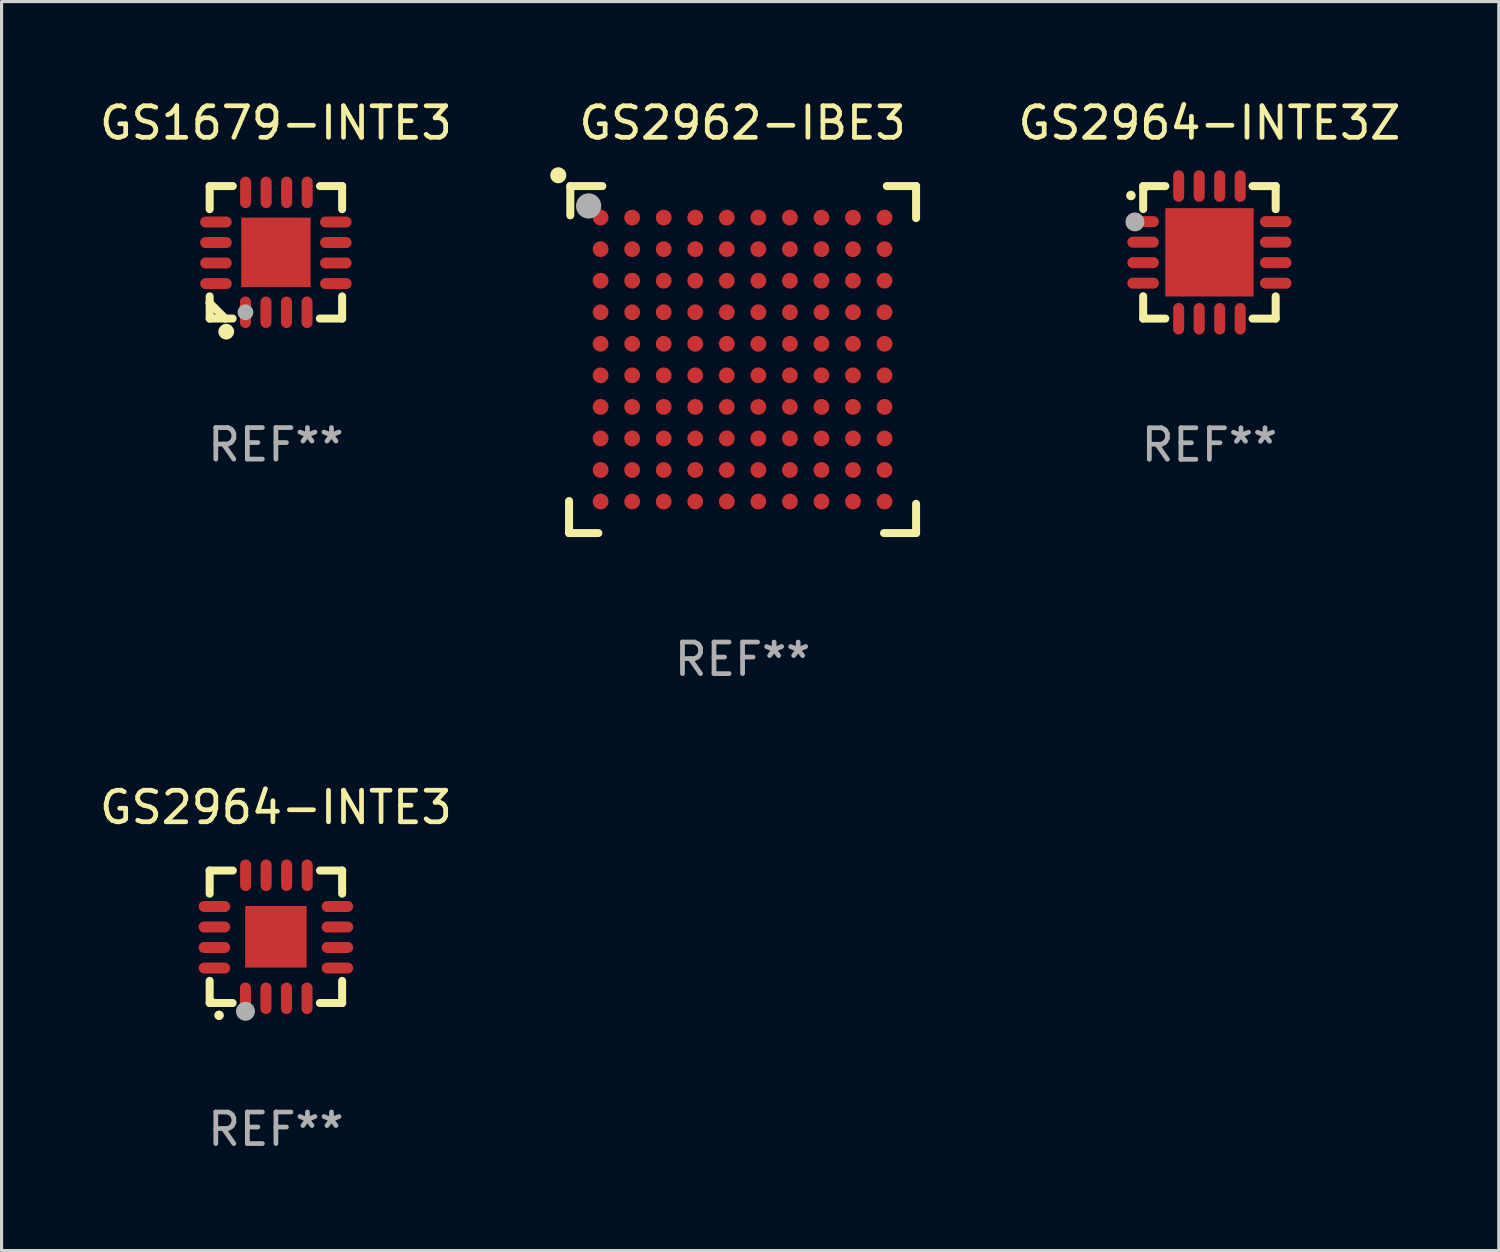
<source format=kicad_pcb>
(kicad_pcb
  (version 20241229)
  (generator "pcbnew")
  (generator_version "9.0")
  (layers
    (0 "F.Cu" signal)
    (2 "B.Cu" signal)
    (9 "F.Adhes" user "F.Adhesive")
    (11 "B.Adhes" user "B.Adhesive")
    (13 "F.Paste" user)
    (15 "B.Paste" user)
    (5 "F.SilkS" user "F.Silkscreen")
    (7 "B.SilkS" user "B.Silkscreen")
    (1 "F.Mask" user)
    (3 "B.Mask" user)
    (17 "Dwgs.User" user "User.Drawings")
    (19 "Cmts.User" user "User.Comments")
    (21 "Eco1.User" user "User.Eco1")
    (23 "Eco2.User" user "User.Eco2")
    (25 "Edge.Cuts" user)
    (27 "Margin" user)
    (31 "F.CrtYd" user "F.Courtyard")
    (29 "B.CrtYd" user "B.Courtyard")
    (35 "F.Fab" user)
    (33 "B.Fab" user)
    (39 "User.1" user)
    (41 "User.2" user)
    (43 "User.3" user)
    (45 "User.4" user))
  (footprint "GS2964-INTE3"
    (layer "F.Cu")
    (at 5.696 26.645)
    (property "Reference" "GS2964-INTE3" (at 0 -4.1 0) (layer "F.SilkS") (effects (font (size 1 1) (thickness 0.15))))
    (attr through_hole)
    (fp_line (start -2.1 -2.1) (end -1.366 -2.1) (stroke (width 0.254) (type solid)) (layer "F.SilkS"))
    (fp_line (start -2.1 -1.366) (end -2.1 -2.1) (stroke (width 0.254) (type solid)) (layer "F.SilkS"))
    (fp_line (start -2.1 2.1) (end -2.1 1.397) (stroke (width 0.254) (type solid)) (layer "F.SilkS"))
    (fp_line (start -2.1 2.1) (end -1.371 2.1) (stroke (width 0.254) (type solid)) (layer "F.SilkS"))
    (fp_line (start 1.392 2.1) (end 2.1 2.1) (stroke (width 0.254) (type solid)) (layer "F.SilkS"))
    (fp_line (start 1.397 -2.1) (end 2.1 -2.1) (stroke (width 0.254) (type solid)) (layer "F.SilkS"))
    (fp_line (start 2.1 -1.366) (end 2.1 -2.1) (stroke (width 0.254) (type solid)) (layer "F.SilkS"))
    (fp_line (start 2.1 2.1) (end 2.1 1.397) (stroke (width 0.254) (type solid)) (layer "F.SilkS"))
    (fp_arc (start -1.803404 2.489205) (mid -1.802134 2.4892) (end -1.800864 2.489205) (stroke (width 0.3) (type solid)) (layer "F.SilkS"))
    (fp_circle (center -2 2) (end -1.97 2) (stroke (width 0.06) (type solid)) (fill no) (layer "F.SilkS"))
    (fp_circle (center -0.965 2.362) (end -0.815 2.362) (stroke (width 0.3) (type solid)) (fill no) (layer "F.Fab"))
    (fp_text user "REF**" (at 0 6.1 0) (layer "F.Fab") (effects (font (size 1 1) (thickness 0.15))))
    (pad "1" smd oval (at -0.965 1.95) (size 0.35 1) (layers "F.Cu" "F.Mask" "F.Paste"))
    (pad "2" smd oval (at -0.315 1.95) (size 0.35 1) (layers "F.Cu" "F.Mask" "F.Paste"))
    (pad "3" smd oval (at 0.335 1.95) (size 0.35 1) (layers "F.Cu" "F.Mask" "F.Paste"))
    (pad "4" smd oval (at 0.986 1.95) (size 0.35 1) (layers "F.Cu" "F.Mask" "F.Paste"))
    (pad "5" smd oval (at 1.95 0.991) (size 1 0.35) (layers "F.Cu" "F.Mask" "F.Paste"))
    (pad "6" smd oval (at 1.95 0.34) (size 1 0.35) (layers "F.Cu" "F.Mask" "F.Paste"))
    (pad "7" smd oval (at 1.95 -0.31) (size 1 0.35) (layers "F.Cu" "F.Mask" "F.Paste"))
    (pad "8" smd oval (at 1.95 -0.96) (size 1 0.35) (layers "F.Cu" "F.Mask" "F.Paste"))
    (pad "9" smd oval (at 0.991 -1.95) (size 0.35 1) (layers "F.Cu" "F.Mask" "F.Paste"))
    (pad "10" smd oval (at 0.34 -1.95) (size 0.35 1) (layers "F.Cu" "F.Mask" "F.Paste"))
    (pad "11" smd oval (at -0.31 -1.95) (size 0.35 1) (layers "F.Cu" "F.Mask" "F.Paste"))
    (pad "12" smd oval (at -0.96 -1.95) (size 0.35 1) (layers "F.Cu" "F.Mask" "F.Paste"))
    (pad "13" smd oval (at -1.95 -0.96) (size 1 0.35) (layers "F.Cu" "F.Mask" "F.Paste"))
    (pad "14" smd oval (at -1.95 -0.31) (size 1 0.35) (layers "F.Cu" "F.Mask" "F.Paste"))
    (pad "15" smd oval (at -1.95 0.34) (size 1 0.35) (layers "F.Cu" "F.Mask" "F.Paste"))
    (pad "16" smd oval (at -1.95 0.991) (size 1 0.35) (layers "F.Cu" "F.Mask" "F.Paste"))
    (pad "17" smd rect (at 0 0) (size 1.95 1.95) (layers "F.Cu" "F.Mask" "F.Paste")))
  (footprint "GS2964-INTE3Z"
    (layer "F.Cu")
    (at 35.288 4.951)
    (property "Reference" "GS2964-INTE3Z" (at 0 -4.103 0) (layer "F.SilkS") (effects (font (size 1 1) (thickness 0.15))))
    (attr through_hole)
    (fp_line (start -2.1 -2.102) (end -2.1 -1.374) (stroke (width 0.254) (type solid)) (layer "F.SilkS"))
    (fp_line (start -2.1 -2.102) (end -1.397 -2.102) (stroke (width 0.254) (type solid)) (layer "F.SilkS"))
    (fp_line (start -2.1 1.389) (end -2.1 2.098) (stroke (width 0.254) (type solid)) (layer "F.SilkS"))
    (fp_line (start -2.1 2.098) (end -1.397 2.098) (stroke (width 0.254) (type solid)) (layer "F.SilkS"))
    (fp_line (start 1.366 -2.102) (end 2.1 -2.102) (stroke (width 0.254) (type solid)) (layer "F.SilkS"))
    (fp_line (start 1.366 2.098) (end 2.1 2.098) (stroke (width 0.254) (type solid)) (layer "F.SilkS"))
    (fp_line (start 2.1 -2.102) (end 2.1 -1.369) (stroke (width 0.254) (type solid)) (layer "F.SilkS"))
    (fp_line (start 2.1 1.394) (end 2.1 2.098) (stroke (width 0.254) (type solid)) (layer "F.SilkS"))
    (fp_arc (start -2.489332 -1.803277) (mid -2.489337 -1.804547) (end -2.489332 -1.805817) (stroke (width 0.3) (type solid)) (layer "F.SilkS"))
    (fp_circle (center -2 -2.002) (end -1.97 -2.002) (stroke (width 0.06) (type solid)) (fill no) (layer "F.SilkS"))
    (fp_circle (center -2.362 -0.967) (end -2.212 -0.967) (stroke (width 0.3) (type solid)) (fill no) (layer "F.Fab"))
    (fp_text user "REF**" (at 0 6.103 0) (layer "F.Fab") (effects (font (size 1 1) (thickness 0.15))))
    (pad "1" smd oval (at -2.102 -0.975) (size 1 0.35) (layers "F.Cu" "F.Mask" "F.Paste"))
    (pad "2" smd oval (at -2.102 -0.325) (size 1 0.35) (layers "F.Cu" "F.Mask" "F.Paste"))
    (pad "3" smd oval (at -2.102 0.325) (size 1 0.35) (layers "F.Cu" "F.Mask" "F.Paste"))
    (pad "4" smd oval (at -2.102 0.975) (size 1 0.35) (layers "F.Cu" "F.Mask" "F.Paste"))
    (pad "5" smd oval (at -0.975 2.103) (size 0.35 1) (layers "F.Cu" "F.Mask" "F.Paste"))
    (pad "6" smd oval (at -0.325 2.103) (size 0.35 1) (layers "F.Cu" "F.Mask" "F.Paste"))
    (pad "7" smd oval (at 0.325 2.103) (size 0.35 1) (layers "F.Cu" "F.Mask" "F.Paste"))
    (pad "8" smd oval (at 0.975 2.103) (size 0.35 1) (layers "F.Cu" "F.Mask" "F.Paste"))
    (pad "9" smd oval (at 2.102 0.975) (size 1 0.35) (layers "F.Cu" "F.Mask" "F.Paste"))
    (pad "10" smd oval (at 2.102 0.325) (size 1 0.35) (layers "F.Cu" "F.Mask" "F.Paste"))
    (pad "11" smd oval (at 2.102 -0.325) (size 1 0.35) (layers "F.Cu" "F.Mask" "F.Paste"))
    (pad "12" smd oval (at 2.102 -0.975) (size 1 0.35) (layers "F.Cu" "F.Mask" "F.Paste"))
    (pad "13" smd oval (at 0.975 -2.103) (size 0.35 1) (layers "F.Cu" "F.Mask" "F.Paste"))
    (pad "14" smd oval (at 0.325 -2.103) (size 0.35 1) (layers "F.Cu" "F.Mask" "F.Paste"))
    (pad "15" smd oval (at -0.325 -2.103) (size 0.35 1) (layers "F.Cu" "F.Mask" "F.Paste"))
    (pad "16" smd oval (at -0.975 -2.103) (size 0.35 1) (layers "F.Cu" "F.Mask" "F.Paste"))
    (pad "17" smd rect (at 0 -0.002 270) (size 2.8 2.8) (layers "F.Cu" "F.Mask" "F.Paste")))
  (footprint "GS2962-IBE3"
    (layer "F.Cu")
    (at 20.489 8.348)
    (property "Reference" "GS2962-IBE3" (at 0 -7.5 0) (layer "F.SilkS") (effects (font (size 1 1) (thickness 0.15))))
    (attr through_hole)
    (fp_line (start -5.5 5.5) (end -5.5 4.484) (stroke (width 0.254) (type solid)) (layer "F.SilkS"))
    (fp_line (start -5.461 -5.5) (end -4.445 -5.5) (stroke (width 0.254) (type solid)) (layer "F.SilkS"))
    (fp_line (start -5.461 -4.572) (end -5.461 -5.5) (stroke (width 0.254) (type solid)) (layer "F.SilkS"))
    (fp_line (start -4.572 5.5) (end -5.5 5.5) (stroke (width 0.254) (type solid)) (layer "F.SilkS"))
    (fp_line (start 4.572 -5.5) (end 5.5 -5.5) (stroke (width 0.254) (type solid)) (layer "F.SilkS"))
    (fp_line (start 5.5 -5.5) (end 5.5 -4.484) (stroke (width 0.254) (type solid)) (layer "F.SilkS"))
    (fp_line (start 5.5 4.572) (end 5.5 5.5) (stroke (width 0.254) (type solid)) (layer "F.SilkS"))
    (fp_line (start 5.5 5.5) (end 4.484 5.5) (stroke (width 0.254) (type solid)) (layer "F.SilkS"))
    (fp_circle (center -5.842 -5.842) (end -5.715 -5.842) (stroke (width 0.254) (type solid)) (fill no) (layer "F.SilkS"))
    (fp_circle (center -5.5 -5.5) (end -5.47 -5.5) (stroke (width 0.06) (type solid)) (fill no) (layer "F.SilkS"))
    (fp_circle (center -4.88 -4.87) (end -4.68 -4.87) (stroke (width 0.4) (type solid)) (fill no) (layer "F.Fab"))
    (fp_text user "REF**" (at 0 9.5 0) (layer "F.Fab") (effects (font (size 1 1) (thickness 0.15))))
    (pad "A1" smd circle (at -4.5 -4.5) (size 0.5 0.5) (layers "F.Cu" "F.Mask" "F.Paste"))
    (pad "A2" smd circle (at -3.5 -4.5) (size 0.5 0.5) (layers "F.Cu" "F.Mask" "F.Paste"))
    (pad "A3" smd circle (at -2.5 -4.5) (size 0.5 0.5) (layers "F.Cu" "F.Mask" "F.Paste"))
    (pad "A4" smd circle (at -1.5 -4.5) (size 0.5 0.5) (layers "F.Cu" "F.Mask" "F.Paste"))
    (pad "A5" smd circle (at -0.5 -4.5) (size 0.5 0.5) (layers "F.Cu" "F.Mask" "F.Paste"))
    (pad "A6" smd circle (at 0.5 -4.5) (size 0.5 0.5) (layers "F.Cu" "F.Mask" "F.Paste"))
    (pad "A7" smd circle (at 1.5 -4.5) (size 0.5 0.5) (layers "F.Cu" "F.Mask" "F.Paste"))
    (pad "A8" smd circle (at 2.5 -4.5) (size 0.5 0.5) (layers "F.Cu" "F.Mask" "F.Paste"))
    (pad "A9" smd circle (at 3.5 -4.5) (size 0.5 0.5) (layers "F.Cu" "F.Mask" "F.Paste"))
    (pad "A10" smd circle (at 4.5 -4.5) (size 0.5 0.5) (layers "F.Cu" "F.Mask" "F.Paste"))
    (pad "B1" smd circle (at -4.5 -3.5) (size 0.5 0.5) (layers "F.Cu" "F.Mask" "F.Paste"))
    (pad "B2" smd circle (at -3.5 -3.5) (size 0.5 0.5) (layers "F.Cu" "F.Mask" "F.Paste"))
    (pad "B3" smd circle (at -2.5 -3.5) (size 0.5 0.5) (layers "F.Cu" "F.Mask" "F.Paste"))
    (pad "B4" smd circle (at -1.5 -3.5) (size 0.5 0.5) (layers "F.Cu" "F.Mask" "F.Paste"))
    (pad "B5" smd circle (at -0.5 -3.5) (size 0.5 0.5) (layers "F.Cu" "F.Mask" "F.Paste"))
    (pad "B6" smd circle (at 0.5 -3.5) (size 0.5 0.5) (layers "F.Cu" "F.Mask" "F.Paste"))
    (pad "B7" smd circle (at 1.5 -3.5) (size 0.5 0.5) (layers "F.Cu" "F.Mask" "F.Paste"))
    (pad "B8" smd circle (at 2.5 -3.5) (size 0.5 0.5) (layers "F.Cu" "F.Mask" "F.Paste"))
    (pad "B9" smd circle (at 3.5 -3.5) (size 0.5 0.5) (layers "F.Cu" "F.Mask" "F.Paste"))
    (pad "B10" smd circle (at 4.5 -3.5) (size 0.5 0.5) (layers "F.Cu" "F.Mask" "F.Paste"))
    (pad "C1" smd circle (at -4.5 -2.5) (size 0.5 0.5) (layers "F.Cu" "F.Mask" "F.Paste"))
    (pad "C2" smd circle (at -3.5 -2.5) (size 0.5 0.5) (layers "F.Cu" "F.Mask" "F.Paste"))
    (pad "C3" smd circle (at -2.5 -2.5) (size 0.5 0.5) (layers "F.Cu" "F.Mask" "F.Paste"))
    (pad "C4" smd circle (at -1.5 -2.5) (size 0.5 0.5) (layers "F.Cu" "F.Mask" "F.Paste"))
    (pad "C5" smd circle (at -0.5 -2.5) (size 0.5 0.5) (layers "F.Cu" "F.Mask" "F.Paste"))
    (pad "C6" smd circle (at 0.5 -2.5) (size 0.5 0.5) (layers "F.Cu" "F.Mask" "F.Paste"))
    (pad "C7" smd circle (at 1.5 -2.5) (size 0.5 0.5) (layers "F.Cu" "F.Mask" "F.Paste"))
    (pad "C8" smd circle (at 2.5 -2.5) (size 0.5 0.5) (layers "F.Cu" "F.Mask" "F.Paste"))
    (pad "C9" smd circle (at 3.5 -2.5) (size 0.5 0.5) (layers "F.Cu" "F.Mask" "F.Paste"))
    (pad "C10" smd circle (at 4.5 -2.5) (size 0.5 0.5) (layers "F.Cu" "F.Mask" "F.Paste"))
    (pad "D1" smd circle (at -4.5 -1.5) (size 0.5 0.5) (layers "F.Cu" "F.Mask" "F.Paste"))
    (pad "D2" smd circle (at -3.5 -1.5) (size 0.5 0.5) (layers "F.Cu" "F.Mask" "F.Paste"))
    (pad "D3" smd circle (at -2.5 -1.5) (size 0.5 0.5) (layers "F.Cu" "F.Mask" "F.Paste"))
    (pad "D4" smd circle (at -1.5 -1.5) (size 0.5 0.5) (layers "F.Cu" "F.Mask" "F.Paste"))
    (pad "D5" smd circle (at -0.5 -1.5) (size 0.5 0.5) (layers "F.Cu" "F.Mask" "F.Paste"))
    (pad "D6" smd circle (at 0.5 -1.5) (size 0.5 0.5) (layers "F.Cu" "F.Mask" "F.Paste"))
    (pad "D7" smd circle (at 1.5 -1.5) (size 0.5 0.5) (layers "F.Cu" "F.Mask" "F.Paste"))
    (pad "D8" smd circle (at 2.5 -1.5) (size 0.5 0.5) (layers "F.Cu" "F.Mask" "F.Paste"))
    (pad "D9" smd circle (at 3.5 -1.5) (size 0.5 0.5) (layers "F.Cu" "F.Mask" "F.Paste"))
    (pad "D10" smd circle (at 4.5 -1.5) (size 0.5 0.5) (layers "F.Cu" "F.Mask" "F.Paste"))
    (pad "E1" smd circle (at -4.5 -0.5) (size 0.5 0.5) (layers "F.Cu" "F.Mask" "F.Paste"))
    (pad "E2" smd circle (at -3.5 -0.5) (size 0.5 0.5) (layers "F.Cu" "F.Mask" "F.Paste"))
    (pad "E3" smd circle (at -2.5 -0.5) (size 0.5 0.5) (layers "F.Cu" "F.Mask" "F.Paste"))
    (pad "E4" smd circle (at -1.5 -0.5) (size 0.5 0.5) (layers "F.Cu" "F.Mask" "F.Paste"))
    (pad "E5" smd circle (at -0.5 -0.5) (size 0.5 0.5) (layers "F.Cu" "F.Mask" "F.Paste"))
    (pad "E6" smd circle (at 0.5 -0.5) (size 0.5 0.5) (layers "F.Cu" "F.Mask" "F.Paste"))
    (pad "E7" smd circle (at 1.5 -0.5) (size 0.5 0.5) (layers "F.Cu" "F.Mask" "F.Paste"))
    (pad "E8" smd circle (at 2.5 -0.5) (size 0.5 0.5) (layers "F.Cu" "F.Mask" "F.Paste"))
    (pad "E9" smd circle (at 3.5 -0.5) (size 0.5 0.5) (layers "F.Cu" "F.Mask" "F.Paste"))
    (pad "E10" smd circle (at 4.5 -0.5) (size 0.5 0.5) (layers "F.Cu" "F.Mask" "F.Paste"))
    (pad "F1" smd circle (at -4.5 0.5) (size 0.5 0.5) (layers "F.Cu" "F.Mask" "F.Paste"))
    (pad "F2" smd circle (at -3.5 0.5) (size 0.5 0.5) (layers "F.Cu" "F.Mask" "F.Paste"))
    (pad "F3" smd circle (at -2.5 0.5) (size 0.5 0.5) (layers "F.Cu" "F.Mask" "F.Paste"))
    (pad "F4" smd circle (at -1.5 0.5) (size 0.5 0.5) (layers "F.Cu" "F.Mask" "F.Paste"))
    (pad "F5" smd circle (at -0.5 0.5) (size 0.5 0.5) (layers "F.Cu" "F.Mask" "F.Paste"))
    (pad "F6" smd circle (at 0.5 0.5) (size 0.5 0.5) (layers "F.Cu" "F.Mask" "F.Paste"))
    (pad "F7" smd circle (at 1.5 0.5) (size 0.5 0.5) (layers "F.Cu" "F.Mask" "F.Paste"))
    (pad "F8" smd circle (at 2.5 0.5) (size 0.5 0.5) (layers "F.Cu" "F.Mask" "F.Paste"))
    (pad "F9" smd circle (at 3.5 0.5) (size 0.5 0.5) (layers "F.Cu" "F.Mask" "F.Paste"))
    (pad "F10" smd circle (at 4.5 0.5) (size 0.5 0.5) (layers "F.Cu" "F.Mask" "F.Paste"))
    (pad "G1" smd circle (at -4.5 1.5) (size 0.5 0.5) (layers "F.Cu" "F.Mask" "F.Paste"))
    (pad "G2" smd circle (at -3.5 1.5) (size 0.5 0.5) (layers "F.Cu" "F.Mask" "F.Paste"))
    (pad "G3" smd circle (at -2.5 1.5) (size 0.5 0.5) (layers "F.Cu" "F.Mask" "F.Paste"))
    (pad "G4" smd circle (at -1.5 1.5) (size 0.5 0.5) (layers "F.Cu" "F.Mask" "F.Paste"))
    (pad "G5" smd circle (at -0.5 1.5) (size 0.5 0.5) (layers "F.Cu" "F.Mask" "F.Paste"))
    (pad "G6" smd circle (at 0.5 1.5) (size 0.5 0.5) (layers "F.Cu" "F.Mask" "F.Paste"))
    (pad "G7" smd circle (at 1.5 1.5) (size 0.5 0.5) (layers "F.Cu" "F.Mask" "F.Paste"))
    (pad "G8" smd circle (at 2.5 1.5) (size 0.5 0.5) (layers "F.Cu" "F.Mask" "F.Paste"))
    (pad "G9" smd circle (at 3.5 1.5) (size 0.5 0.5) (layers "F.Cu" "F.Mask" "F.Paste"))
    (pad "G10" smd circle (at 4.5 1.5) (size 0.5 0.5) (layers "F.Cu" "F.Mask" "F.Paste"))
    (pad "H1" smd circle (at -4.5 2.5) (size 0.5 0.5) (layers "F.Cu" "F.Mask" "F.Paste"))
    (pad "H2" smd circle (at -3.5 2.5) (size 0.5 0.5) (layers "F.Cu" "F.Mask" "F.Paste"))
    (pad "H3" smd circle (at -2.5 2.5) (size 0.5 0.5) (layers "F.Cu" "F.Mask" "F.Paste"))
    (pad "H4" smd circle (at -1.5 2.5) (size 0.5 0.5) (layers "F.Cu" "F.Mask" "F.Paste"))
    (pad "H5" smd circle (at -0.5 2.5) (size 0.5 0.5) (layers "F.Cu" "F.Mask" "F.Paste"))
    (pad "H6" smd circle (at 0.5 2.5) (size 0.5 0.5) (layers "F.Cu" "F.Mask" "F.Paste"))
    (pad "H7" smd circle (at 1.5 2.5) (size 0.5 0.5) (layers "F.Cu" "F.Mask" "F.Paste"))
    (pad "H8" smd circle (at 2.5 2.5) (size 0.5 0.5) (layers "F.Cu" "F.Mask" "F.Paste"))
    (pad "H9" smd circle (at 3.5 2.5) (size 0.5 0.5) (layers "F.Cu" "F.Mask" "F.Paste"))
    (pad "H10" smd circle (at 4.5 2.5) (size 0.5 0.5) (layers "F.Cu" "F.Mask" "F.Paste"))
    (pad "J1" smd circle (at -4.5 3.5) (size 0.5 0.5) (layers "F.Cu" "F.Mask" "F.Paste"))
    (pad "J2" smd circle (at -3.5 3.5) (size 0.5 0.5) (layers "F.Cu" "F.Mask" "F.Paste"))
    (pad "J3" smd circle (at -2.5 3.5) (size 0.5 0.5) (layers "F.Cu" "F.Mask" "F.Paste"))
    (pad "J4" smd circle (at -1.5 3.5) (size 0.5 0.5) (layers "F.Cu" "F.Mask" "F.Paste"))
    (pad "J5" smd circle (at -0.5 3.5) (size 0.5 0.5) (layers "F.Cu" "F.Mask" "F.Paste"))
    (pad "J6" smd circle (at 0.5 3.5) (size 0.5 0.5) (layers "F.Cu" "F.Mask" "F.Paste"))
    (pad "J7" smd circle (at 1.5 3.5) (size 0.5 0.5) (layers "F.Cu" "F.Mask" "F.Paste"))
    (pad "J8" smd circle (at 2.5 3.5) (size 0.5 0.5) (layers "F.Cu" "F.Mask" "F.Paste"))
    (pad "J9" smd circle (at 3.5 3.5) (size 0.5 0.5) (layers "F.Cu" "F.Mask" "F.Paste"))
    (pad "J10" smd circle (at 4.5 3.5) (size 0.5 0.5) (layers "F.Cu" "F.Mask" "F.Paste"))
    (pad "K1" smd circle (at -4.5 4.5) (size 0.5 0.5) (layers "F.Cu" "F.Mask" "F.Paste"))
    (pad "K2" smd circle (at -3.5 4.5) (size 0.5 0.5) (layers "F.Cu" "F.Mask" "F.Paste"))
    (pad "K3" smd circle (at -2.5 4.5) (size 0.5 0.5) (layers "F.Cu" "F.Mask" "F.Paste"))
    (pad "K4" smd circle (at -1.5 4.5) (size 0.5 0.5) (layers "F.Cu" "F.Mask" "F.Paste"))
    (pad "K5" smd circle (at -0.5 4.5) (size 0.5 0.5) (layers "F.Cu" "F.Mask" "F.Paste"))
    (pad "K6" smd circle (at 0.5 4.5) (size 0.5 0.5) (layers "F.Cu" "F.Mask" "F.Paste"))
    (pad "K7" smd circle (at 1.5 4.5) (size 0.5 0.5) (layers "F.Cu" "F.Mask" "F.Paste"))
    (pad "K8" smd circle (at 2.5 4.5) (size 0.5 0.5) (layers "F.Cu" "F.Mask" "F.Paste"))
    (pad "K9" smd circle (at 3.5 4.5) (size 0.5 0.5) (layers "F.Cu" "F.Mask" "F.Paste"))
    (pad "K10" smd circle (at 4.5 4.5) (size 0.5 0.5) (layers "F.Cu" "F.Mask" "F.Paste")))
  (footprint "GS1679-INTE3"
    (layer "F.Cu")
    (at 5.696 4.948)
    (property "Reference" "GS1679-INTE3" (at 0 -4.1 0) (layer "F.SilkS") (effects (font (size 1 1) (thickness 0.15))))
    (attr through_hole)
    (fp_line (start -2.1 -2.1) (end -1.366 -2.1) (stroke (width 0.254) (type solid)) (layer "F.SilkS"))
    (fp_line (start -2.1 -1.366) (end -2.1 -2.1) (stroke (width 0.254) (type solid)) (layer "F.SilkS"))
    (fp_line (start -2.1 1.572) (end -2.1 1.607) (stroke (width 0.254) (type solid)) (layer "F.SilkS"))
    (fp_line (start -2.1 1.607) (end -1.607 2.1) (stroke (width 0.254) (type solid)) (layer "F.SilkS"))
    (fp_line (start -2.1 2.1) (end -2.1 1.397) (stroke (width 0.254) (type solid)) (layer "F.SilkS"))
    (fp_line (start -2.1 2.1) (end -1.371 2.1) (stroke (width 0.254) (type solid)) (layer "F.SilkS"))
    (fp_line (start 1.392 2.1) (end 2.1 2.1) (stroke (width 0.254) (type solid)) (layer "F.SilkS"))
    (fp_line (start 1.397 -2.1) (end 2.1 -2.1) (stroke (width 0.254) (type solid)) (layer "F.SilkS"))
    (fp_line (start 2.1 -1.366) (end 2.1 -2.1) (stroke (width 0.254) (type solid)) (layer "F.SilkS"))
    (fp_line (start 2.1 2.1) (end 2.1 1.397) (stroke (width 0.254) (type solid)) (layer "F.SilkS"))
    (fp_circle (center -2 2) (end -1.97 2) (stroke (width 0.06) (type solid)) (fill no) (layer "F.SilkS"))
    (fp_circle (center -1.575 2.515) (end -1.45 2.515) (stroke (width 0.25) (type solid)) (fill no) (layer "F.SilkS"))
    (fp_circle (center -0.965 1.9) (end -0.84 1.9) (stroke (width 0.25) (type solid)) (fill no) (layer "F.Fab"))
    (fp_text user "REF**" (at 0 6.1 0) (layer "F.Fab") (effects (font (size 1 1) (thickness 0.15))))
    (pad "1" smd oval (at -0.965 1.9) (size 0.35 1) (layers "F.Cu" "F.Mask" "F.Paste"))
    (pad "2" smd oval (at -0.315 1.9) (size 0.35 1) (layers "F.Cu" "F.Mask" "F.Paste"))
    (pad "3" smd oval (at 0.335 1.9) (size 0.35 1) (layers "F.Cu" "F.Mask" "F.Paste"))
    (pad "4" smd oval (at 0.986 1.9) (size 0.35 1) (layers "F.Cu" "F.Mask" "F.Paste"))
    (pad "5" smd oval (at 1.9 0.991) (size 1 0.35) (layers "F.Cu" "F.Mask" "F.Paste"))
    (pad "6" smd oval (at 1.9 0.34) (size 1 0.35) (layers "F.Cu" "F.Mask" "F.Paste"))
    (pad "7" smd oval (at 1.9 -0.31) (size 1 0.35) (layers "F.Cu" "F.Mask" "F.Paste"))
    (pad "8" smd oval (at 1.9 -0.96) (size 1 0.35) (layers "F.Cu" "F.Mask" "F.Paste"))
    (pad "9" smd oval (at 0.991 -1.9) (size 0.35 1) (layers "F.Cu" "F.Mask" "F.Paste"))
    (pad "10" smd oval (at 0.34 -1.9) (size 0.35 1) (layers "F.Cu" "F.Mask" "F.Paste"))
    (pad "11" smd oval (at -0.31 -1.9) (size 0.35 1) (layers "F.Cu" "F.Mask" "F.Paste"))
    (pad "12" smd oval (at -0.96 -1.9) (size 0.35 1) (layers "F.Cu" "F.Mask" "F.Paste"))
    (pad "13" smd oval (at -1.9 -0.96) (size 1 0.35) (layers "F.Cu" "F.Mask" "F.Paste"))
    (pad "14" smd oval (at -1.9 -0.31) (size 1 0.35) (layers "F.Cu" "F.Mask" "F.Paste"))
    (pad "15" smd oval (at -1.9 0.34) (size 1 0.35) (layers "F.Cu" "F.Mask" "F.Paste"))
    (pad "16" smd oval (at -1.9 0.991) (size 1 0.35) (layers "F.Cu" "F.Mask" "F.Paste"))
    (pad "17" smd rect (at 0 0) (size 2.2 2.2) (layers "F.Cu" "F.Mask" "F.Paste")))
  (gr_rect
    (start -3 -3)
    (end 44.461 36.593)
    (stroke (width 0.1) (type default))
    (fill no)
    (layer "Edge.Cuts")))
</source>
